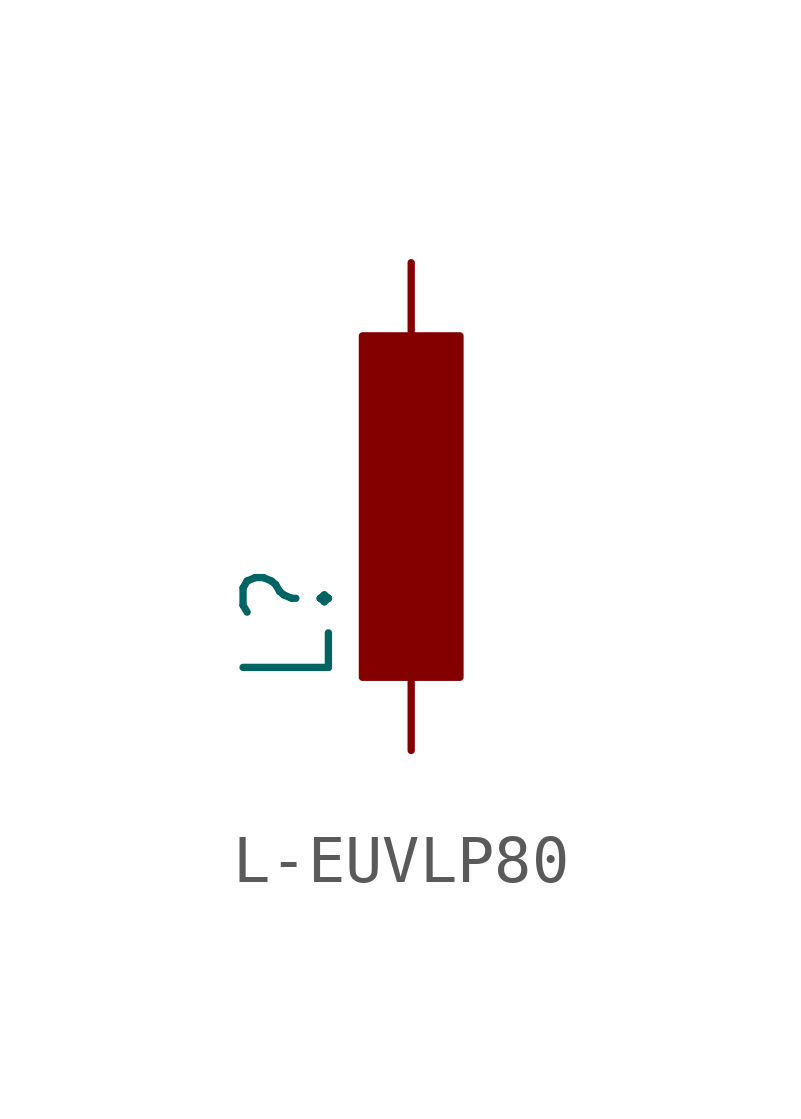
<source format=kicad_sym>
(kicad_symbol_lib
  (version 20241209)
  (generator "kicad_symbol_editor")
  (generator_version "9.0")
  (symbol "L-EUVLP80"
    (property "Reference" "L"
      (at -1.499 -3.81 90)
      (effects (font (size 1.778 1.511)) (justify left bottom)))
    (property "Value" ""
      (at 3.302 -3.81 90)
      (effects (font (size 1.778 1.511)) (justify left bottom)))
    (property "ki_locked" ""
      (at 0 0 0)
      (effects (font (size 1.27 1.27))))
    (symbol "L-EUVLP80_1_0"
      (rectangle (start -1.016 -3.556) (end 1.016 3.556) (stroke (width 0) (type default)) (fill (type outline)))
      (pin passive line (at 0 5.08 270) (length 2.54) (name "1" (effects (font (size 0 0)))) (number "P$1" (effects (font (size 0 0)))))
      (pin passive line (at 0 -5.08 90) (length 2.54) (name "2" (effects (font (size 0 0)))) (number "P$2" (effects (font (size 0 0))))))))
</source>
